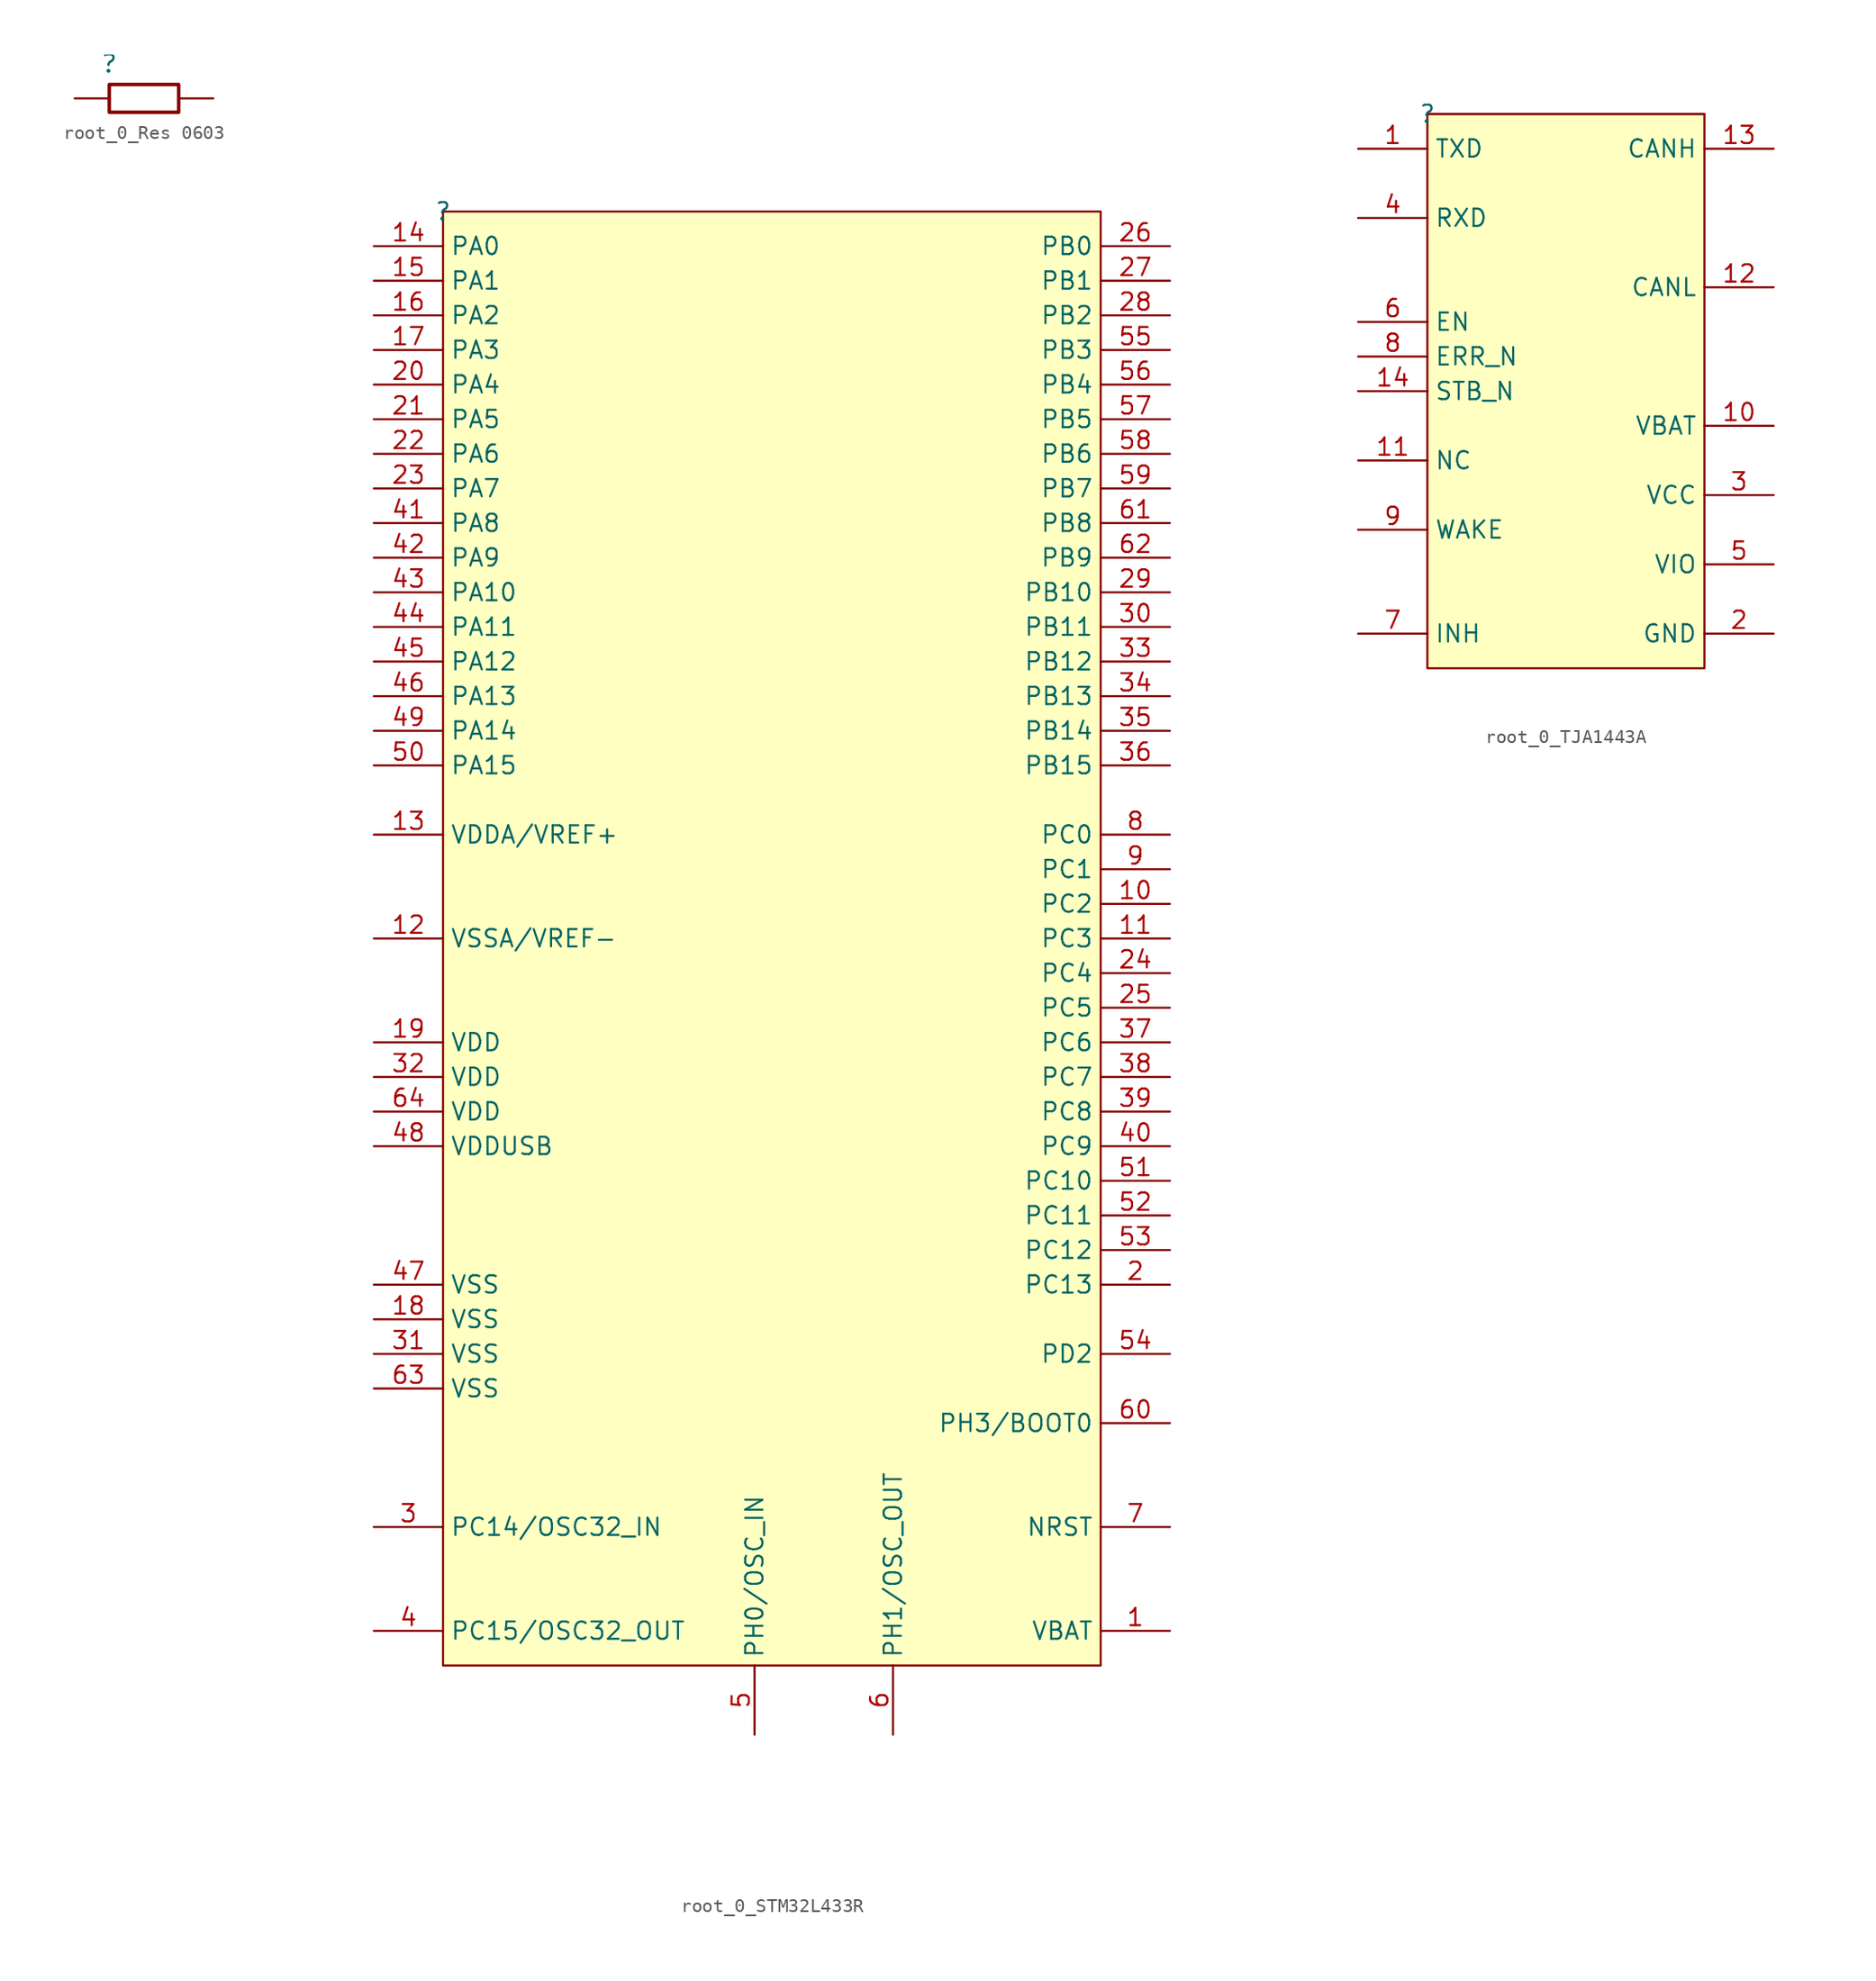
<source format=kicad_sym>
(kicad_symbol_lib
  (version 20220914)
  (generator kicad_symbol_editor)
  (symbol "root_0_Res 0603"
    (property "Reference" ""
      (at 0 0 0)
      (effects (font (size 1.27 1.27))))
    (property "Value" ""
      (at 0 0 0)
      (effects (font (size 1.27 1.27))))
    (symbol "root_0_Res 0603_1_0"
      (rectangle (start 5.08 -1.524) (end 0 -3.556) (stroke (width 0.254) (type solid)) (fill (type none)))
      (pin passive line (at -2.54 -2.54 0) (length 2.54) (name "1" (effects (font (size 0 0)))) (number "1" (effects (font (size 0 0)))))
      (pin passive line (at 7.62 -2.54 180) (length 2.54) (name "2" (effects (font (size 0 0)))) (number "2" (effects (font (size 0 0)))))))
  (symbol "root_0_STM32L433R"
    (property "Reference" ""
      (at 0 0 0)
      (effects (font (size 1.27 1.27))))
    (property "Value" ""
      (at 0 0 0)
      (effects (font (size 1.27 1.27))))
    (symbol "root_0_STM32L433R_1_0"
      (rectangle (start 48.26 0) (end 0 -106.68) (stroke (width 0) (type solid)) (fill (type background)))
      (pin power_in line (at 53.34 -104.14 180) (length 5.08) (name "VBAT" (effects (font (size 1.27 1.27)))) (number "1" (effects (font (size 1.27 1.27)))))
      (pin passive line (at 53.34 -50.8 180) (length 5.08) (name "PC2" (effects (font (size 1.27 1.27)))) (number "10" (effects (font (size 1.27 1.27)))))
      (pin passive line (at 53.34 -53.34 180) (length 5.08) (name "PC3" (effects (font (size 1.27 1.27)))) (number "11" (effects (font (size 1.27 1.27)))))
      (pin power_in line (at -5.08 -53.34 0) (length 5.08) (name "VSSA/VREF-" (effects (font (size 1.27 1.27)))) (number "12" (effects (font (size 1.27 1.27)))))
      (pin power_in line (at -5.08 -45.72 0) (length 5.08) (name "VDDA/VREF+" (effects (font (size 1.27 1.27)))) (number "13" (effects (font (size 1.27 1.27)))))
      (pin passive line (at -5.08 -2.54 0) (length 5.08) (name "PA0" (effects (font (size 1.27 1.27)))) (number "14" (effects (font (size 1.27 1.27)))))
      (pin passive line (at -5.08 -5.08 0) (length 5.08) (name "PA1" (effects (font (size 1.27 1.27)))) (number "15" (effects (font (size 1.27 1.27)))))
      (pin passive line (at -5.08 -7.62 0) (length 5.08) (name "PA2" (effects (font (size 1.27 1.27)))) (number "16" (effects (font (size 1.27 1.27)))))
      (pin passive line (at -5.08 -10.16 0) (length 5.08) (name "PA3" (effects (font (size 1.27 1.27)))) (number "17" (effects (font (size 1.27 1.27)))))
      (pin power_in line (at -5.08 -81.28 0) (length 5.08) (name "VSS" (effects (font (size 1.27 1.27)))) (number "18" (effects (font (size 1.27 1.27)))))
      (pin power_in line (at -5.08 -60.96 0) (length 5.08) (name "VDD" (effects (font (size 1.27 1.27)))) (number "19" (effects (font (size 1.27 1.27)))))
      (pin passive line (at 53.34 -78.74 180) (length 5.08) (name "PC13" (effects (font (size 1.27 1.27)))) (number "2" (effects (font (size 1.27 1.27)))))
      (pin passive line (at -5.08 -12.7 0) (length 5.08) (name "PA4" (effects (font (size 1.27 1.27)))) (number "20" (effects (font (size 1.27 1.27)))))
      (pin passive line (at -5.08 -15.24 0) (length 5.08) (name "PA5" (effects (font (size 1.27 1.27)))) (number "21" (effects (font (size 1.27 1.27)))))
      (pin passive line (at -5.08 -17.78 0) (length 5.08) (name "PA6" (effects (font (size 1.27 1.27)))) (number "22" (effects (font (size 1.27 1.27)))))
      (pin passive line (at -5.08 -20.32 0) (length 5.08) (name "PA7" (effects (font (size 1.27 1.27)))) (number "23" (effects (font (size 1.27 1.27)))))
      (pin passive line (at 53.34 -55.88 180) (length 5.08) (name "PC4" (effects (font (size 1.27 1.27)))) (number "24" (effects (font (size 1.27 1.27)))))
      (pin passive line (at 53.34 -58.42 180) (length 5.08) (name "PC5" (effects (font (size 1.27 1.27)))) (number "25" (effects (font (size 1.27 1.27)))))
      (pin passive line (at 53.34 -2.54 180) (length 5.08) (name "PB0" (effects (font (size 1.27 1.27)))) (number "26" (effects (font (size 1.27 1.27)))))
      (pin passive line (at 53.34 -5.08 180) (length 5.08) (name "PB1" (effects (font (size 1.27 1.27)))) (number "27" (effects (font (size 1.27 1.27)))))
      (pin passive line (at 53.34 -7.62 180) (length 5.08) (name "PB2" (effects (font (size 1.27 1.27)))) (number "28" (effects (font (size 1.27 1.27)))))
      (pin passive line (at 53.34 -27.94 180) (length 5.08) (name "PB10" (effects (font (size 1.27 1.27)))) (number "29" (effects (font (size 1.27 1.27)))))
      (pin passive line (at -5.08 -96.52 0) (length 5.08) (name "PC14/OSC32_IN" (effects (font (size 1.27 1.27)))) (number "3" (effects (font (size 1.27 1.27)))))
      (pin passive line (at 53.34 -30.48 180) (length 5.08) (name "PB11" (effects (font (size 1.27 1.27)))) (number "30" (effects (font (size 1.27 1.27)))))
      (pin power_in line (at -5.08 -83.82 0) (length 5.08) (name "VSS" (effects (font (size 1.27 1.27)))) (number "31" (effects (font (size 1.27 1.27)))))
      (pin power_in line (at -5.08 -63.5 0) (length 5.08) (name "VDD" (effects (font (size 1.27 1.27)))) (number "32" (effects (font (size 1.27 1.27)))))
      (pin passive line (at 53.34 -33.02 180) (length 5.08) (name "PB12" (effects (font (size 1.27 1.27)))) (number "33" (effects (font (size 1.27 1.27)))))
      (pin passive line (at 53.34 -35.56 180) (length 5.08) (name "PB13" (effects (font (size 1.27 1.27)))) (number "34" (effects (font (size 1.27 1.27)))))
      (pin passive line (at 53.34 -38.1 180) (length 5.08) (name "PB14" (effects (font (size 1.27 1.27)))) (number "35" (effects (font (size 1.27 1.27)))))
      (pin passive line (at 53.34 -40.64 180) (length 5.08) (name "PB15" (effects (font (size 1.27 1.27)))) (number "36" (effects (font (size 1.27 1.27)))))
      (pin passive line (at 53.34 -60.96 180) (length 5.08) (name "PC6" (effects (font (size 1.27 1.27)))) (number "37" (effects (font (size 1.27 1.27)))))
      (pin passive line (at 53.34 -63.5 180) (length 5.08) (name "PC7" (effects (font (size 1.27 1.27)))) (number "38" (effects (font (size 1.27 1.27)))))
      (pin passive line (at 53.34 -66.04 180) (length 5.08) (name "PC8" (effects (font (size 1.27 1.27)))) (number "39" (effects (font (size 1.27 1.27)))))
      (pin passive line (at -5.08 -104.14 0) (length 5.08) (name "PC15/OSC32_OUT" (effects (font (size 1.27 1.27)))) (number "4" (effects (font (size 1.27 1.27)))))
      (pin passive line (at 53.34 -68.58 180) (length 5.08) (name "PC9" (effects (font (size 1.27 1.27)))) (number "40" (effects (font (size 1.27 1.27)))))
      (pin passive line (at -5.08 -22.86 0) (length 5.08) (name "PA8" (effects (font (size 1.27 1.27)))) (number "41" (effects (font (size 1.27 1.27)))))
      (pin passive line (at -5.08 -25.4 0) (length 5.08) (name "PA9" (effects (font (size 1.27 1.27)))) (number "42" (effects (font (size 1.27 1.27)))))
      (pin passive line (at -5.08 -27.94 0) (length 5.08) (name "PA10" (effects (font (size 1.27 1.27)))) (number "43" (effects (font (size 1.27 1.27)))))
      (pin passive line (at -5.08 -30.48 0) (length 5.08) (name "PA11" (effects (font (size 1.27 1.27)))) (number "44" (effects (font (size 1.27 1.27)))))
      (pin passive line (at -5.08 -33.02 0) (length 5.08) (name "PA12" (effects (font (size 1.27 1.27)))) (number "45" (effects (font (size 1.27 1.27)))))
      (pin passive line (at -5.08 -35.56 0) (length 5.08) (name "PA13" (effects (font (size 1.27 1.27)))) (number "46" (effects (font (size 1.27 1.27)))))
      (pin power_in line (at -5.08 -78.74 0) (length 5.08) (name "VSS" (effects (font (size 1.27 1.27)))) (number "47" (effects (font (size 1.27 1.27)))))
      (pin power_in line (at -5.08 -68.58 0) (length 5.08) (name "VDDUSB" (effects (font (size 1.27 1.27)))) (number "48" (effects (font (size 1.27 1.27)))))
      (pin passive line (at -5.08 -38.1 0) (length 5.08) (name "PA14" (effects (font (size 1.27 1.27)))) (number "49" (effects (font (size 1.27 1.27)))))
      (pin passive line (at 22.86 -111.76 90) (length 5.08) (name "PH0/OSC_IN" (effects (font (size 1.27 1.27)))) (number "5" (effects (font (size 1.27 1.27)))))
      (pin passive line (at -5.08 -40.64 0) (length 5.08) (name "PA15" (effects (font (size 1.27 1.27)))) (number "50" (effects (font (size 1.27 1.27)))))
      (pin passive line (at 53.34 -71.12 180) (length 5.08) (name "PC10" (effects (font (size 1.27 1.27)))) (number "51" (effects (font (size 1.27 1.27)))))
      (pin passive line (at 53.34 -73.66 180) (length 5.08) (name "PC11" (effects (font (size 1.27 1.27)))) (number "52" (effects (font (size 1.27 1.27)))))
      (pin passive line (at 53.34 -76.2 180) (length 5.08) (name "PC12" (effects (font (size 1.27 1.27)))) (number "53" (effects (font (size 1.27 1.27)))))
      (pin passive line (at 53.34 -83.82 180) (length 5.08) (name "PD2" (effects (font (size 1.27 1.27)))) (number "54" (effects (font (size 1.27 1.27)))))
      (pin passive line (at 53.34 -10.16 180) (length 5.08) (name "PB3" (effects (font (size 1.27 1.27)))) (number "55" (effects (font (size 1.27 1.27)))))
      (pin passive line (at 53.34 -12.7 180) (length 5.08) (name "PB4" (effects (font (size 1.27 1.27)))) (number "56" (effects (font (size 1.27 1.27)))))
      (pin passive line (at 53.34 -15.24 180) (length 5.08) (name "PB5" (effects (font (size 1.27 1.27)))) (number "57" (effects (font (size 1.27 1.27)))))
      (pin passive line (at 53.34 -17.78 180) (length 5.08) (name "PB6" (effects (font (size 1.27 1.27)))) (number "58" (effects (font (size 1.27 1.27)))))
      (pin passive line (at 53.34 -20.32 180) (length 5.08) (name "PB7" (effects (font (size 1.27 1.27)))) (number "59" (effects (font (size 1.27 1.27)))))
      (pin passive line (at 33.02 -111.76 90) (length 5.08) (name "PH1/OSC_OUT" (effects (font (size 1.27 1.27)))) (number "6" (effects (font (size 1.27 1.27)))))
      (pin passive line (at 53.34 -88.9 180) (length 5.08) (name "PH3/BOOT0" (effects (font (size 1.27 1.27)))) (number "60" (effects (font (size 1.27 1.27)))))
      (pin passive line (at 53.34 -22.86 180) (length 5.08) (name "PB8" (effects (font (size 1.27 1.27)))) (number "61" (effects (font (size 1.27 1.27)))))
      (pin passive line (at 53.34 -25.4 180) (length 5.08) (name "PB9" (effects (font (size 1.27 1.27)))) (number "62" (effects (font (size 1.27 1.27)))))
      (pin power_in line (at -5.08 -86.36 0) (length 5.08) (name "VSS" (effects (font (size 1.27 1.27)))) (number "63" (effects (font (size 1.27 1.27)))))
      (pin power_in line (at -5.08 -66.04 0) (length 5.08) (name "VDD" (effects (font (size 1.27 1.27)))) (number "64" (effects (font (size 1.27 1.27)))))
      (pin passive line (at 53.34 -96.52 180) (length 5.08) (name "NRST" (effects (font (size 1.27 1.27)))) (number "7" (effects (font (size 1.27 1.27)))))
      (pin passive line (at 53.34 -45.72 180) (length 5.08) (name "PC0" (effects (font (size 1.27 1.27)))) (number "8" (effects (font (size 1.27 1.27)))))
      (pin passive line (at 53.34 -48.26 180) (length 5.08) (name "PC1" (effects (font (size 1.27 1.27)))) (number "9" (effects (font (size 1.27 1.27)))))))
  (symbol "root_0_TJA1443A"
    (property "Reference" ""
      (at 0 0 0)
      (effects (font (size 1.27 1.27))))
    (property "Value" ""
      (at 0 0 0)
      (effects (font (size 1.27 1.27))))
    (symbol "root_0_TJA1443A_1_0"
      (rectangle (start 20.32 0) (end 0 -40.64) (stroke (width 0) (type solid)) (fill (type background)))
      (rectangle (start 20.32 0) (end 0 0) (stroke (width 0) (type solid)) (fill (type background)))
      (pin passive line (at -5.08 -2.54 0) (length 5.08) (name "TXD" (effects (font (size 1.27 1.27)))) (number "1" (effects (font (size 1.27 1.27)))))
      (pin power_in line (at 25.4 -22.86 180) (length 5.08) (name "VBAT" (effects (font (size 1.27 1.27)))) (number "10" (effects (font (size 1.27 1.27)))))
      (pin passive line (at -5.08 -25.4 0) (length 5.08) (name "NC" (effects (font (size 1.27 1.27)))) (number "11" (effects (font (size 1.27 1.27)))))
      (pin passive line (at 25.4 -12.7 180) (length 5.08) (name "CANL" (effects (font (size 1.27 1.27)))) (number "12" (effects (font (size 1.27 1.27)))))
      (pin passive line (at 25.4 -2.54 180) (length 5.08) (name "CANH" (effects (font (size 1.27 1.27)))) (number "13" (effects (font (size 1.27 1.27)))))
      (pin input line (at -5.08 -20.32 0) (length 5.08) (name "STB_N" (effects (font (size 1.27 1.27)))) (number "14" (effects (font (size 1.27 1.27)))))
      (pin power_in line (at 25.4 -38.1 180) (length 5.08) (name "GND" (effects (font (size 1.27 1.27)))) (number "2" (effects (font (size 1.27 1.27)))))
      (pin power_in line (at 25.4 -27.94 180) (length 5.08) (name "VCC" (effects (font (size 1.27 1.27)))) (number "3" (effects (font (size 1.27 1.27)))))
      (pin passive line (at -5.08 -7.62 0) (length 5.08) (name "RXD" (effects (font (size 1.27 1.27)))) (number "4" (effects (font (size 1.27 1.27)))))
      (pin power_in line (at 25.4 -33.02 180) (length 5.08) (name "VIO" (effects (font (size 1.27 1.27)))) (number "5" (effects (font (size 1.27 1.27)))))
      (pin input line (at -5.08 -15.24 0) (length 5.08) (name "EN" (effects (font (size 1.27 1.27)))) (number "6" (effects (font (size 1.27 1.27)))))
      (pin passive line (at -5.08 -38.1 0) (length 5.08) (name "INH" (effects (font (size 1.27 1.27)))) (number "7" (effects (font (size 1.27 1.27)))))
      (pin output line (at -5.08 -17.78 0) (length 5.08) (name "ERR_N" (effects (font (size 1.27 1.27)))) (number "8" (effects (font (size 1.27 1.27)))))
      (pin passive line (at -5.08 -30.48 0) (length 5.08) (name "WAKE" (effects (font (size 1.27 1.27)))) (number "9" (effects (font (size 1.27 1.27))))))))
</source>
